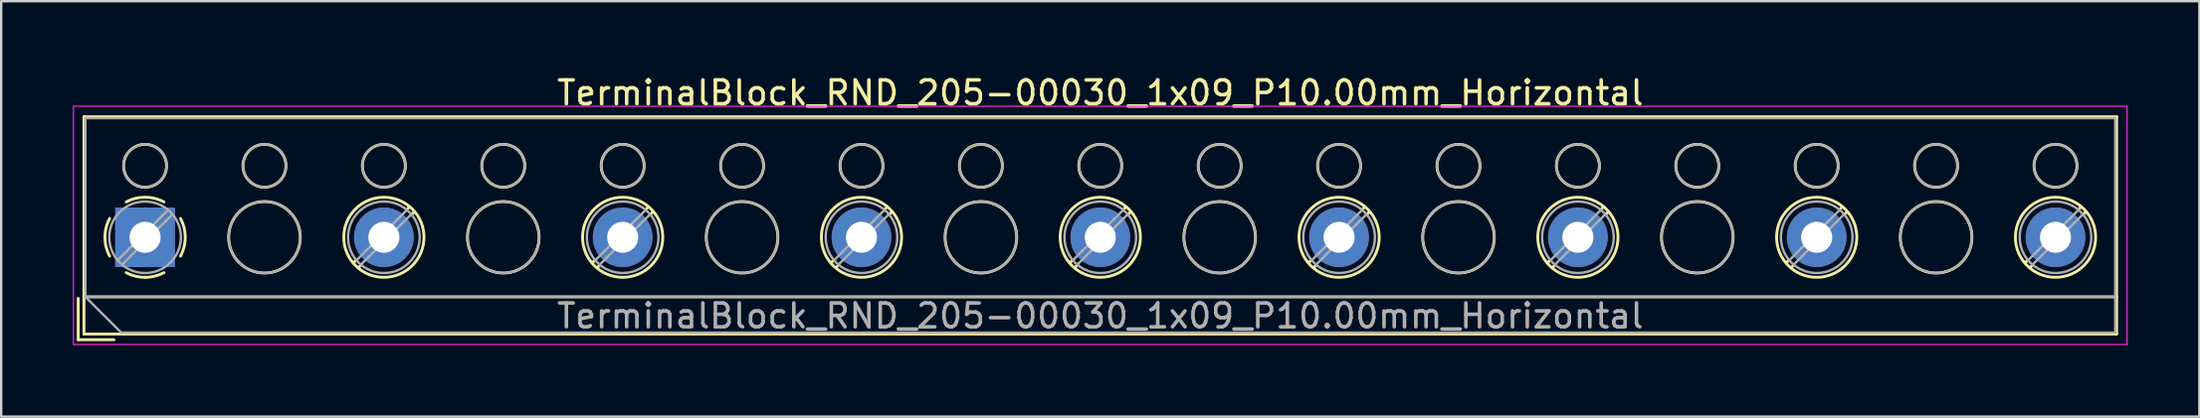
<source format=kicad_pcb>
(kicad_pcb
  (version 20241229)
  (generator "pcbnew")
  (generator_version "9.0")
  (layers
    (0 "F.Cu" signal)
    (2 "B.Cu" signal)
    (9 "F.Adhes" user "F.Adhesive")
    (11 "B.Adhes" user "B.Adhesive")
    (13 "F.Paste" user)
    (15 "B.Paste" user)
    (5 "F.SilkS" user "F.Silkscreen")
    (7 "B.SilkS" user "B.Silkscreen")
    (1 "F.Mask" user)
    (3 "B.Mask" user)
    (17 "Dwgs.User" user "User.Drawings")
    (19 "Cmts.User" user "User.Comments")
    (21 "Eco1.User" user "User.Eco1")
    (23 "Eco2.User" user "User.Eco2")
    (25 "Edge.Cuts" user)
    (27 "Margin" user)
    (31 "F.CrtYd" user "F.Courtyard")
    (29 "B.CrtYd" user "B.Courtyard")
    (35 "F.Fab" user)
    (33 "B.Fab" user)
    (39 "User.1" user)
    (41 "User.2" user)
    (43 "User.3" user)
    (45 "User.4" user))
  (footprint "TerminalBlock_RND_205-00030_1x09_P10.00mm_Horizontal"
    (layer "F.Cu")
    (at 3.025 6.908)
    (property "Reference" "TerminalBlock_RND_205-00030_1x09_P10.00mm_Horizontal" (at 40 -6.06 0) (layer "F.SilkS") (effects (font (size 1 1) (thickness 0.15))))
    (attr through_hole)
    (fp_line (start -2.8 2.56) (end -2.8 4.3) (stroke (width 0.12) (type solid)) (layer "F.SilkS"))
    (fp_line (start -2.8 4.3) (end -1.3 4.3) (stroke (width 0.12) (type solid)) (layer "F.SilkS"))
    (fp_line (start -2.56 -5.06) (end -2.56 4.06) (stroke (width 0.12) (type solid)) (layer "F.SilkS"))
    (fp_line (start -2.56 -5.06) (end 82.56 -5.06) (stroke (width 0.12) (type solid)) (layer "F.SilkS"))
    (fp_line (start -2.56 2.5) (end 82.56 2.5) (stroke (width 0.12) (type solid)) (layer "F.SilkS"))
    (fp_line (start -2.56 4.06) (end 82.56 4.06) (stroke (width 0.12) (type solid)) (layer "F.SilkS"))
    (fp_line (start 8.82 0.976) (end 8.726 1.069) (stroke (width 0.12) (type solid)) (layer "F.SilkS"))
    (fp_line (start 8.99 1.216) (end 8.931 1.274) (stroke (width 0.12) (type solid)) (layer "F.SilkS"))
    (fp_line (start 11.07 -1.275) (end 11.011 -1.216) (stroke (width 0.12) (type solid)) (layer "F.SilkS"))
    (fp_line (start 11.275 -1.069) (end 11.181 -0.976) (stroke (width 0.12) (type solid)) (layer "F.SilkS"))
    (fp_line (start 18.82 0.976) (end 18.726 1.069) (stroke (width 0.12) (type solid)) (layer "F.SilkS"))
    (fp_line (start 18.99 1.216) (end 18.931 1.274) (stroke (width 0.12) (type solid)) (layer "F.SilkS"))
    (fp_line (start 21.07 -1.275) (end 21.011 -1.216) (stroke (width 0.12) (type solid)) (layer "F.SilkS"))
    (fp_line (start 21.275 -1.069) (end 21.181 -0.976) (stroke (width 0.12) (type solid)) (layer "F.SilkS"))
    (fp_line (start 28.82 0.976) (end 28.726 1.069) (stroke (width 0.12) (type solid)) (layer "F.SilkS"))
    (fp_line (start 28.99 1.216) (end 28.931 1.274) (stroke (width 0.12) (type solid)) (layer "F.SilkS"))
    (fp_line (start 31.07 -1.275) (end 31.011 -1.216) (stroke (width 0.12) (type solid)) (layer "F.SilkS"))
    (fp_line (start 31.275 -1.069) (end 31.181 -0.976) (stroke (width 0.12) (type solid)) (layer "F.SilkS"))
    (fp_line (start 38.82 0.976) (end 38.726 1.069) (stroke (width 0.12) (type solid)) (layer "F.SilkS"))
    (fp_line (start 38.99 1.216) (end 38.931 1.274) (stroke (width 0.12) (type solid)) (layer "F.SilkS"))
    (fp_line (start 41.07 -1.275) (end 41.011 -1.216) (stroke (width 0.12) (type solid)) (layer "F.SilkS"))
    (fp_line (start 41.275 -1.069) (end 41.181 -0.976) (stroke (width 0.12) (type solid)) (layer "F.SilkS"))
    (fp_line (start 48.82 0.976) (end 48.726 1.069) (stroke (width 0.12) (type solid)) (layer "F.SilkS"))
    (fp_line (start 48.99 1.216) (end 48.931 1.274) (stroke (width 0.12) (type solid)) (layer "F.SilkS"))
    (fp_line (start 51.07 -1.275) (end 51.011 -1.216) (stroke (width 0.12) (type solid)) (layer "F.SilkS"))
    (fp_line (start 51.275 -1.069) (end 51.181 -0.976) (stroke (width 0.12) (type solid)) (layer "F.SilkS"))
    (fp_line (start 58.82 0.976) (end 58.726 1.069) (stroke (width 0.12) (type solid)) (layer "F.SilkS"))
    (fp_line (start 58.99 1.216) (end 58.931 1.274) (stroke (width 0.12) (type solid)) (layer "F.SilkS"))
    (fp_line (start 61.07 -1.275) (end 61.011 -1.216) (stroke (width 0.12) (type solid)) (layer "F.SilkS"))
    (fp_line (start 61.275 -1.069) (end 61.181 -0.976) (stroke (width 0.12) (type solid)) (layer "F.SilkS"))
    (fp_line (start 68.82 0.976) (end 68.726 1.069) (stroke (width 0.12) (type solid)) (layer "F.SilkS"))
    (fp_line (start 68.99 1.216) (end 68.931 1.274) (stroke (width 0.12) (type solid)) (layer "F.SilkS"))
    (fp_line (start 71.07 -1.275) (end 71.011 -1.216) (stroke (width 0.12) (type solid)) (layer "F.SilkS"))
    (fp_line (start 71.275 -1.069) (end 71.181 -0.976) (stroke (width 0.12) (type solid)) (layer "F.SilkS"))
    (fp_line (start 78.82 0.976) (end 78.726 1.069) (stroke (width 0.12) (type solid)) (layer "F.SilkS"))
    (fp_line (start 78.99 1.216) (end 78.931 1.274) (stroke (width 0.12) (type solid)) (layer "F.SilkS"))
    (fp_line (start 81.07 -1.275) (end 81.011 -1.216) (stroke (width 0.12) (type solid)) (layer "F.SilkS"))
    (fp_line (start 81.275 -1.069) (end 81.181 -0.976) (stroke (width 0.12) (type solid)) (layer "F.SilkS"))
    (fp_line (start 82.56 -5.06) (end 82.56 4.06) (stroke (width 0.12) (type solid)) (layer "F.SilkS"))
    (fp_arc (start -1.483953 0.789089) (mid -1.680708 0.00005) (end -1.484 -0.789) (stroke (width 0.12) (type solid)) (layer "F.SilkS"))
    (fp_arc (start -0.789089 -1.483953) (mid -0.00005 -1.680708) (end 0.789 -1.484) (stroke (width 0.12) (type solid)) (layer "F.SilkS"))
    (fp_arc (start 0.029383 1.68045) (mid -0.392304 1.634281) (end -0.789 1.484) (stroke (width 0.12) (type solid)) (layer "F.SilkS"))
    (fp_arc (start 0.788712 1.483352) (mid 0.406429 1.630097) (end 0 1.68) (stroke (width 0.12) (type solid)) (layer "F.SilkS"))
    (fp_arc (start 1.483953 -0.789089) (mid 1.680708 -0.00005) (end 1.484 0.789) (stroke (width 0.12) (type solid)) (layer "F.SilkS"))
    (fp_circle (center 0 -3) (end 0.9 -3) (stroke (width 0.12) (type solid)) (fill no) (layer "F.SilkS"))
    (fp_circle (center 5 -3) (end 5.9 -3) (stroke (width 0.12) (type solid)) (fill no) (layer "F.SilkS"))
    (fp_circle (center 5 0) (end 6.5 0) (stroke (width 0.12) (type solid)) (fill no) (layer "F.SilkS"))
    (fp_circle (center 10 -3) (end 10.9 -3) (stroke (width 0.12) (type solid)) (fill no) (layer "F.SilkS"))
    (fp_circle (center 10 0) (end 11.68 0) (stroke (width 0.12) (type solid)) (fill no) (layer "F.SilkS"))
    (fp_circle (center 15 -3) (end 15.9 -3) (stroke (width 0.12) (type solid)) (fill no) (layer "F.SilkS"))
    (fp_circle (center 15 0) (end 16.5 0) (stroke (width 0.12) (type solid)) (fill no) (layer "F.SilkS"))
    (fp_circle (center 20 -3) (end 20.9 -3) (stroke (width 0.12) (type solid)) (fill no) (layer "F.SilkS"))
    (fp_circle (center 20 0) (end 21.68 0) (stroke (width 0.12) (type solid)) (fill no) (layer "F.SilkS"))
    (fp_circle (center 25 -3) (end 25.9 -3) (stroke (width 0.12) (type solid)) (fill no) (layer "F.SilkS"))
    (fp_circle (center 25 0) (end 26.5 0) (stroke (width 0.12) (type solid)) (fill no) (layer "F.SilkS"))
    (fp_circle (center 30 -3) (end 30.9 -3) (stroke (width 0.12) (type solid)) (fill no) (layer "F.SilkS"))
    (fp_circle (center 30 0) (end 31.68 0) (stroke (width 0.12) (type solid)) (fill no) (layer "F.SilkS"))
    (fp_circle (center 35 -3) (end 35.9 -3) (stroke (width 0.12) (type solid)) (fill no) (layer "F.SilkS"))
    (fp_circle (center 35 0) (end 36.5 0) (stroke (width 0.12) (type solid)) (fill no) (layer "F.SilkS"))
    (fp_circle (center 40 -3) (end 40.9 -3) (stroke (width 0.12) (type solid)) (fill no) (layer "F.SilkS"))
    (fp_circle (center 40 0) (end 41.68 0) (stroke (width 0.12) (type solid)) (fill no) (layer "F.SilkS"))
    (fp_circle (center 45 -3) (end 45.9 -3) (stroke (width 0.12) (type solid)) (fill no) (layer "F.SilkS"))
    (fp_circle (center 45 0) (end 46.5 0) (stroke (width 0.12) (type solid)) (fill no) (layer "F.SilkS"))
    (fp_circle (center 50 -3) (end 50.9 -3) (stroke (width 0.12) (type solid)) (fill no) (layer "F.SilkS"))
    (fp_circle (center 50 0) (end 51.68 0) (stroke (width 0.12) (type solid)) (fill no) (layer "F.SilkS"))
    (fp_circle (center 55 -3) (end 55.9 -3) (stroke (width 0.12) (type solid)) (fill no) (layer "F.SilkS"))
    (fp_circle (center 55 0) (end 56.5 0) (stroke (width 0.12) (type solid)) (fill no) (layer "F.SilkS"))
    (fp_circle (center 60 -3) (end 60.9 -3) (stroke (width 0.12) (type solid)) (fill no) (layer "F.SilkS"))
    (fp_circle (center 60 0) (end 61.68 0) (stroke (width 0.12) (type solid)) (fill no) (layer "F.SilkS"))
    (fp_circle (center 65 -3) (end 65.9 -3) (stroke (width 0.12) (type solid)) (fill no) (layer "F.SilkS"))
    (fp_circle (center 65 0) (end 66.5 0) (stroke (width 0.12) (type solid)) (fill no) (layer "F.SilkS"))
    (fp_circle (center 70 -3) (end 70.9 -3) (stroke (width 0.12) (type solid)) (fill no) (layer "F.SilkS"))
    (fp_circle (center 70 0) (end 71.68 0) (stroke (width 0.12) (type solid)) (fill no) (layer "F.SilkS"))
    (fp_circle (center 75 -3) (end 75.9 -3) (stroke (width 0.12) (type solid)) (fill no) (layer "F.SilkS"))
    (fp_circle (center 75 0) (end 76.5 0) (stroke (width 0.12) (type solid)) (fill no) (layer "F.SilkS"))
    (fp_circle (center 80 -3) (end 80.9 -3) (stroke (width 0.12) (type solid)) (fill no) (layer "F.SilkS"))
    (fp_circle (center 80 0) (end 81.68 0) (stroke (width 0.12) (type solid)) (fill no) (layer "F.SilkS"))
    (fp_line (start -3 -5.5) (end -3 4.5) (stroke (width 0.05) (type solid)) (layer "F.CrtYd"))
    (fp_line (start -3 4.5) (end 83 4.5) (stroke (width 0.05) (type solid)) (layer "F.CrtYd"))
    (fp_line (start 83 -5.5) (end -3 -5.5) (stroke (width 0.05) (type solid)) (layer "F.CrtYd"))
    (fp_line (start 83 4.5) (end 83 -5.5) (stroke (width 0.05) (type solid)) (layer "F.CrtYd"))
    (fp_line (start -2.5 -5) (end 82.5 -5) (stroke (width 0.1) (type solid)) (layer "F.Fab"))
    (fp_line (start -2.5 2.5) (end -2.5 -5) (stroke (width 0.1) (type solid)) (layer "F.Fab"))
    (fp_line (start -2.5 2.5) (end 82.5 2.5) (stroke (width 0.1) (type solid)) (layer "F.Fab"))
    (fp_line (start -1 4) (end -2.5 2.5) (stroke (width 0.1) (type solid)) (layer "F.Fab"))
    (fp_line (start 0.955 -1.138) (end -1.138 0.955) (stroke (width 0.1) (type solid)) (layer "F.Fab"))
    (fp_line (start 1.138 -0.955) (end -0.955 1.138) (stroke (width 0.1) (type solid)) (layer "F.Fab"))
    (fp_line (start 10.955 -1.138) (end 8.863 0.955) (stroke (width 0.1) (type solid)) (layer "F.Fab"))
    (fp_line (start 11.138 -0.955) (end 9.046 1.138) (stroke (width 0.1) (type solid)) (layer "F.Fab"))
    (fp_line (start 20.955 -1.138) (end 18.863 0.955) (stroke (width 0.1) (type solid)) (layer "F.Fab"))
    (fp_line (start 21.138 -0.955) (end 19.046 1.138) (stroke (width 0.1) (type solid)) (layer "F.Fab"))
    (fp_line (start 30.955 -1.138) (end 28.863 0.955) (stroke (width 0.1) (type solid)) (layer "F.Fab"))
    (fp_line (start 31.138 -0.955) (end 29.046 1.138) (stroke (width 0.1) (type solid)) (layer "F.Fab"))
    (fp_line (start 40.955 -1.138) (end 38.863 0.955) (stroke (width 0.1) (type solid)) (layer "F.Fab"))
    (fp_line (start 41.138 -0.955) (end 39.046 1.138) (stroke (width 0.1) (type solid)) (layer "F.Fab"))
    (fp_line (start 50.955 -1.138) (end 48.863 0.955) (stroke (width 0.1) (type solid)) (layer "F.Fab"))
    (fp_line (start 51.138 -0.955) (end 49.046 1.138) (stroke (width 0.1) (type solid)) (layer "F.Fab"))
    (fp_line (start 60.955 -1.138) (end 58.863 0.955) (stroke (width 0.1) (type solid)) (layer "F.Fab"))
    (fp_line (start 61.138 -0.955) (end 59.046 1.138) (stroke (width 0.1) (type solid)) (layer "F.Fab"))
    (fp_line (start 70.955 -1.138) (end 68.863 0.955) (stroke (width 0.1) (type solid)) (layer "F.Fab"))
    (fp_line (start 71.138 -0.955) (end 69.046 1.138) (stroke (width 0.1) (type solid)) (layer "F.Fab"))
    (fp_line (start 80.955 -1.138) (end 78.863 0.955) (stroke (width 0.1) (type solid)) (layer "F.Fab"))
    (fp_line (start 81.138 -0.955) (end 79.046 1.138) (stroke (width 0.1) (type solid)) (layer "F.Fab"))
    (fp_line (start 82.5 -5) (end 82.5 4) (stroke (width 0.1) (type solid)) (layer "F.Fab"))
    (fp_line (start 82.5 4) (end -1 4) (stroke (width 0.1) (type solid)) (layer "F.Fab"))
    (fp_circle (center 0 -3) (end 0.9 -3) (stroke (width 0.1) (type solid)) (fill no) (layer "F.Fab"))
    (fp_circle (center 0 0) (end 1.5 0) (stroke (width 0.1) (type solid)) (fill no) (layer "F.Fab"))
    (fp_circle (center 5 -3) (end 5.9 -3) (stroke (width 0.1) (type solid)) (fill no) (layer "F.Fab"))
    (fp_circle (center 5 0) (end 6.5 0) (stroke (width 0.1) (type solid)) (fill no) (layer "F.Fab"))
    (fp_circle (center 10 -3) (end 10.9 -3) (stroke (width 0.1) (type solid)) (fill no) (layer "F.Fab"))
    (fp_circle (center 10 0) (end 11.5 0) (stroke (width 0.1) (type solid)) (fill no) (layer "F.Fab"))
    (fp_circle (center 15 -3) (end 15.9 -3) (stroke (width 0.1) (type solid)) (fill no) (layer "F.Fab"))
    (fp_circle (center 15 0) (end 16.5 0) (stroke (width 0.1) (type solid)) (fill no) (layer "F.Fab"))
    (fp_circle (center 20 -3) (end 20.9 -3) (stroke (width 0.1) (type solid)) (fill no) (layer "F.Fab"))
    (fp_circle (center 20 0) (end 21.5 0) (stroke (width 0.1) (type solid)) (fill no) (layer "F.Fab"))
    (fp_circle (center 25 -3) (end 25.9 -3) (stroke (width 0.1) (type solid)) (fill no) (layer "F.Fab"))
    (fp_circle (center 25 0) (end 26.5 0) (stroke (width 0.1) (type solid)) (fill no) (layer "F.Fab"))
    (fp_circle (center 30 -3) (end 30.9 -3) (stroke (width 0.1) (type solid)) (fill no) (layer "F.Fab"))
    (fp_circle (center 30 0) (end 31.5 0) (stroke (width 0.1) (type solid)) (fill no) (layer "F.Fab"))
    (fp_circle (center 35 -3) (end 35.9 -3) (stroke (width 0.1) (type solid)) (fill no) (layer "F.Fab"))
    (fp_circle (center 35 0) (end 36.5 0) (stroke (width 0.1) (type solid)) (fill no) (layer "F.Fab"))
    (fp_circle (center 40 -3) (end 40.9 -3) (stroke (width 0.1) (type solid)) (fill no) (layer "F.Fab"))
    (fp_circle (center 40 0) (end 41.5 0) (stroke (width 0.1) (type solid)) (fill no) (layer "F.Fab"))
    (fp_circle (center 45 -3) (end 45.9 -3) (stroke (width 0.1) (type solid)) (fill no) (layer "F.Fab"))
    (fp_circle (center 45 0) (end 46.5 0) (stroke (width 0.1) (type solid)) (fill no) (layer "F.Fab"))
    (fp_circle (center 50 -3) (end 50.9 -3) (stroke (width 0.1) (type solid)) (fill no) (layer "F.Fab"))
    (fp_circle (center 50 0) (end 51.5 0) (stroke (width 0.1) (type solid)) (fill no) (layer "F.Fab"))
    (fp_circle (center 55 -3) (end 55.9 -3) (stroke (width 0.1) (type solid)) (fill no) (layer "F.Fab"))
    (fp_circle (center 55 0) (end 56.5 0) (stroke (width 0.1) (type solid)) (fill no) (layer "F.Fab"))
    (fp_circle (center 60 -3) (end 60.9 -3) (stroke (width 0.1) (type solid)) (fill no) (layer "F.Fab"))
    (fp_circle (center 60 0) (end 61.5 0) (stroke (width 0.1) (type solid)) (fill no) (layer "F.Fab"))
    (fp_circle (center 65 -3) (end 65.9 -3) (stroke (width 0.1) (type solid)) (fill no) (layer "F.Fab"))
    (fp_circle (center 65 0) (end 66.5 0) (stroke (width 0.1) (type solid)) (fill no) (layer "F.Fab"))
    (fp_circle (center 70 -3) (end 70.9 -3) (stroke (width 0.1) (type solid)) (fill no) (layer "F.Fab"))
    (fp_circle (center 70 0) (end 71.5 0) (stroke (width 0.1) (type solid)) (fill no) (layer "F.Fab"))
    (fp_circle (center 75 -3) (end 75.9 -3) (stroke (width 0.1) (type solid)) (fill no) (layer "F.Fab"))
    (fp_circle (center 75 0) (end 76.5 0) (stroke (width 0.1) (type solid)) (fill no) (layer "F.Fab"))
    (fp_circle (center 80 -3) (end 80.9 -3) (stroke (width 0.1) (type solid)) (fill no) (layer "F.Fab"))
    (fp_circle (center 80 0) (end 81.5 0) (stroke (width 0.1) (type solid)) (fill no) (layer "F.Fab"))
    (fp_text user "${REFERENCE}" (at 40 3.3 0) (layer "F.Fab") (effects (font (size 1 1) (thickness 0.15))))
    (pad "1" thru_hole rect (at 0 0) (size 2.5 2.5) (drill 1.3) (layers "*.Cu" "*.Mask"))
    (pad "2" thru_hole circle (at 10 0) (size 2.5 2.5) (drill 1.3) (layers "*.Cu" "*.Mask"))
    (pad "3" thru_hole circle (at 20 0) (size 2.5 2.5) (drill 1.3) (layers "*.Cu" "*.Mask"))
    (pad "4" thru_hole circle (at 30 0) (size 2.5 2.5) (drill 1.3) (layers "*.Cu" "*.Mask"))
    (pad "5" thru_hole circle (at 40 0) (size 2.5 2.5) (drill 1.3) (layers "*.Cu" "*.Mask"))
    (pad "6" thru_hole circle (at 50 0) (size 2.5 2.5) (drill 1.3) (layers "*.Cu" "*.Mask"))
    (pad "7" thru_hole circle (at 60 0) (size 2.5 2.5) (drill 1.3) (layers "*.Cu" "*.Mask"))
    (pad "8" thru_hole circle (at 70 0) (size 2.5 2.5) (drill 1.3) (layers "*.Cu" "*.Mask"))
    (pad "9" thru_hole circle (at 80 0) (size 2.5 2.5) (drill 1.3) (layers "*.Cu" "*.Mask")))
  (gr_rect
    (start -3 -3)
    (end 89.05 14.433)
    (stroke (width 0.1) (type default))
    (fill no)
    (layer "Edge.Cuts")))
</source>
